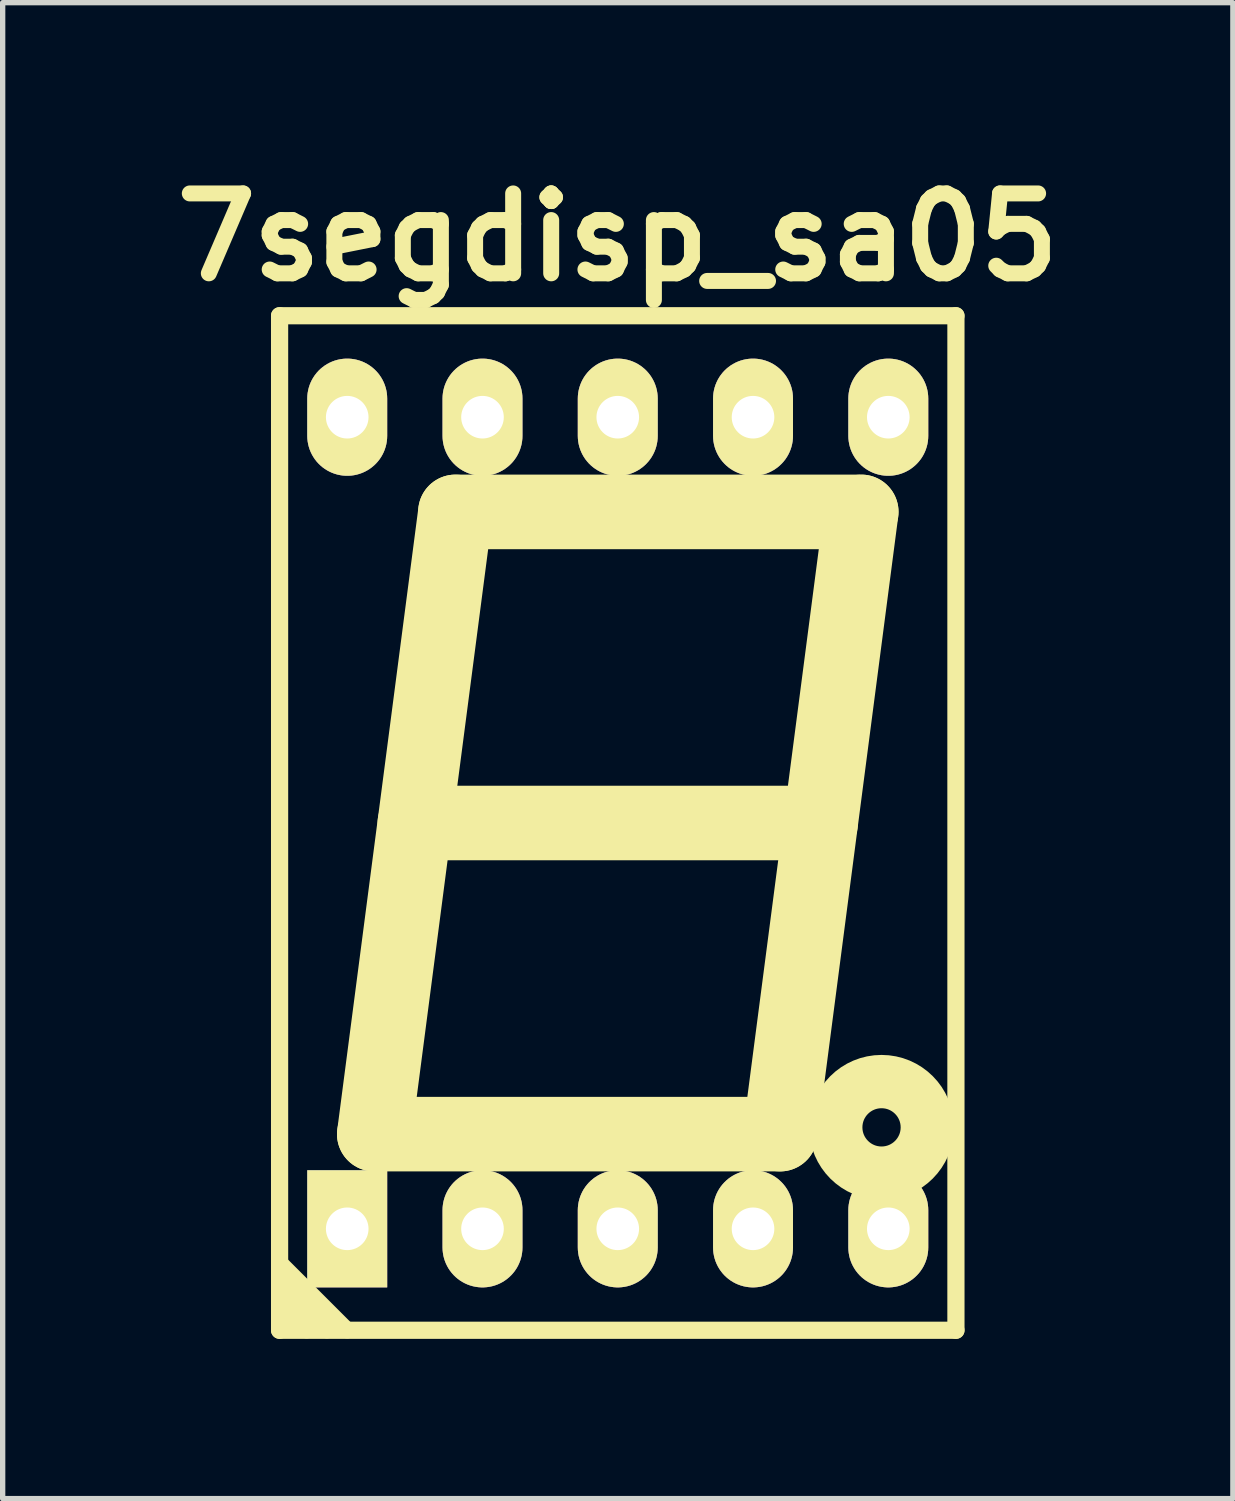
<source format=kicad_pcb>
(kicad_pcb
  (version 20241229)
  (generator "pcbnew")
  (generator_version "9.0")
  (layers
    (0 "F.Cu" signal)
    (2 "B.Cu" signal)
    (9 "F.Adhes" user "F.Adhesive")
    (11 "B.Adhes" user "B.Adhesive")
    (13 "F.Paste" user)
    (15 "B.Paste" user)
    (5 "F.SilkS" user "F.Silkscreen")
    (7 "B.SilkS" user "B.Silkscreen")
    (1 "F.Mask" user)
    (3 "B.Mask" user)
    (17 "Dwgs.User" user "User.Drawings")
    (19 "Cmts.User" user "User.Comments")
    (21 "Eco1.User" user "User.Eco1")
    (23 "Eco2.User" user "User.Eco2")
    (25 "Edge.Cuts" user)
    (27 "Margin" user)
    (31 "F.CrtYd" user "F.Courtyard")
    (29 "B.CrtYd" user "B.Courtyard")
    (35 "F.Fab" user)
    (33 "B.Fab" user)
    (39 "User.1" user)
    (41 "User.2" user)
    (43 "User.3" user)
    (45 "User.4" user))
  (footprint "7segdisp_sa05"
    (layer "F.Cu")
    (at 8.55 12.404)
    (property "Reference" "7segdisp_sa05" (at 0 -11 0) (layer "F.SilkS") (effects (font (size 1.5 1.5) (thickness 0.3))))
    (attr through_hole)
    (fp_line (start -6.35 9.525) (end -6.35 -9.525) (stroke (width 0.323) (type solid)) (layer "F.SilkS"))
    (fp_line (start -6.35 9.525) (end 6.35 9.525) (stroke (width 0.323) (type solid)) (layer "F.SilkS"))
    (fp_line (start -5.842 9.525) (end -6.35 9.017) (stroke (width 0.305) (type solid)) (layer "F.SilkS"))
    (fp_line (start -5.461 9.525) (end -6.35 8.636) (stroke (width 0.305) (type solid)) (layer "F.SilkS"))
    (fp_line (start -5.08 9.525) (end -6.35 8.255) (stroke (width 0.305) (type solid)) (layer "F.SilkS"))
    (fp_line (start -4.572 5.842) (end 3.048 5.842) (stroke (width 1.4) (type solid)) (layer "F.SilkS"))
    (fp_line (start -3.048 -5.842) (end -4.572 5.842) (stroke (width 1.4) (type solid)) (layer "F.SilkS"))
    (fp_line (start 3.048 5.842) (end 4.572 -5.842) (stroke (width 1.4) (type solid)) (layer "F.SilkS"))
    (fp_line (start 3.81 0) (end -3.81 0) (stroke (width 1.4) (type solid)) (layer "F.SilkS"))
    (fp_line (start 4.572 -5.842) (end -3.048 -5.842) (stroke (width 1.4) (type solid)) (layer "F.SilkS"))
    (fp_line (start 6.35 -9.525) (end -6.35 -9.525) (stroke (width 0.323) (type solid)) (layer "F.SilkS"))
    (fp_line (start 6.35 -9.525) (end 6.35 9.525) (stroke (width 0.323) (type solid)) (layer "F.SilkS"))
    (fp_circle (center 4.953 5.715) (end 5.207 5.461) (stroke (width 1.001) (type solid)) (fill no) (layer "F.SilkS"))
    (pad "1" thru_hole rect (at -5.08 7.62 90) (size 2.2 1.501) (drill 0.8) (layers "*.Cu" "*.Mask" "F.SilkS"))
    (pad "2" thru_hole oval (at -2.54 7.62 90) (size 2.2 1.501) (drill 0.8) (layers "*.Cu" "*.Mask" "F.SilkS"))
    (pad "3" thru_hole oval (at 0 7.62 90) (size 2.2 1.501) (drill 0.8) (layers "*.Cu" "*.Mask" "F.SilkS"))
    (pad "4" thru_hole oval (at 2.54 7.62 90) (size 2.2 1.501) (drill 0.8) (layers "*.Cu" "*.Mask" "F.SilkS"))
    (pad "5" thru_hole oval (at 5.08 7.62 90) (size 2.2 1.501) (drill 0.8) (layers "*.Cu" "*.Mask" "F.SilkS"))
    (pad "6" thru_hole oval (at 5.08 -7.62 90) (size 2.2 1.501) (drill 0.8) (layers "*.Cu" "*.Mask" "F.SilkS"))
    (pad "7" thru_hole oval (at 2.54 -7.62 90) (size 2.2 1.501) (drill 0.8) (layers "*.Cu" "*.Mask" "F.SilkS"))
    (pad "8" thru_hole oval (at 0 -7.62 90) (size 2.2 1.501) (drill 0.8) (layers "*.Cu" "*.Mask" "F.SilkS"))
    (pad "9" thru_hole oval (at -2.54 -7.62 90) (size 2.2 1.501) (drill 0.8) (layers "*.Cu" "*.Mask" "F.SilkS"))
    (pad "10" thru_hole oval (at -5.08 -7.62 90) (size 2.2 1.501) (drill 0.8) (layers "*.Cu" "*.Mask" "F.SilkS")))
  (gr_rect
    (start -3 -3)
    (end 20.1 25.09)
    (stroke (width 0.1) (type default))
    (fill no)
    (layer "Edge.Cuts")))
</source>
